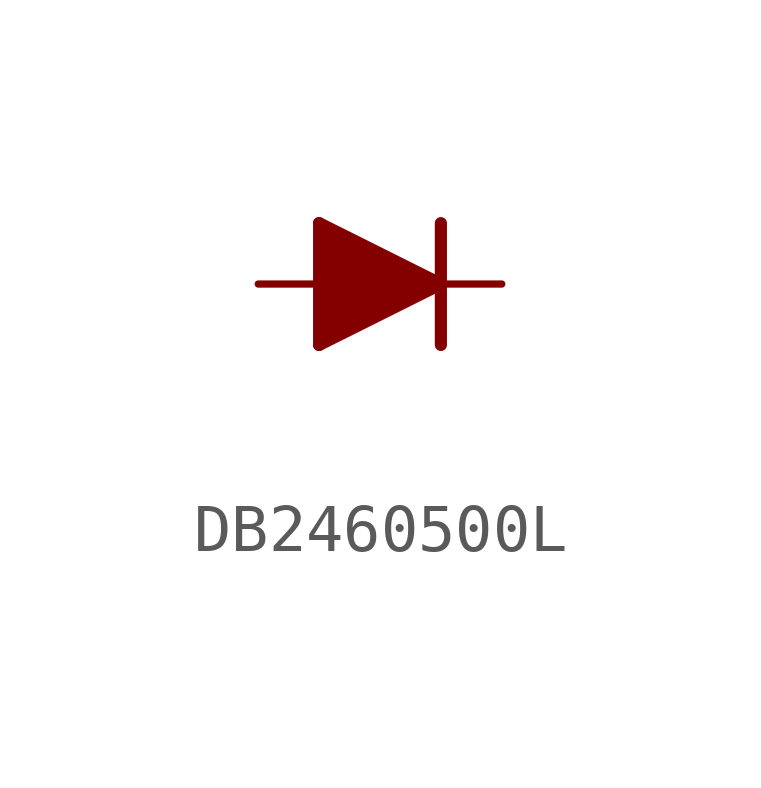
<source format=kicad_sym>
(kicad_symbol_lib
  (version 20220914)
  (generator kicad_symbol_editor)
  (symbol "DB2460500L"
    (property "Reference" ""
      (at -2.54 1.778 0)
      (effects (font (size 1.778 1.511)) (justify left bottom) hide))
    (property "Value" ""
      (at -2.54 -3.683 0)
      (effects (font (size 1.778 1.511)) (justify left bottom)))
    (property "ki_locked" ""
      (at 0 0 0)
      (effects (font (size 1.27 1.27))))
    (symbol "DB2460500L_1_0"
      (polyline (pts (xy -1.27 -1.27) (xy 1.27 0)) (stroke (width 0.254) (type solid)) (fill (type none)))
      (polyline (pts (xy -1.27 1.27) (xy -1.27 -1.27)) (stroke (width 0.254) (type solid)) (fill (type none)))
      (polyline (pts (xy -1.016 -0.889) (xy 0.254 -0.127)) (stroke (width 0.61) (type solid)) (fill (type none)))
      (polyline (pts (xy -1.016 0.889) (xy -1.016 -0.889)) (stroke (width 0.61) (type solid)) (fill (type none)))
      (polyline (pts (xy -0.635 0.254) (xy -0.635 -0.254)) (stroke (width 0.61) (type solid)) (fill (type none)))
      (polyline (pts (xy 0.254 -0.127) (xy -0.635 0.254)) (stroke (width 0.61) (type solid)) (fill (type none)))
      (polyline (pts (xy 0.635 0) (xy -1.016 0.889)) (stroke (width 0.61) (type solid)) (fill (type none)))
      (polyline (pts (xy 1.27 0) (xy -1.27 1.27)) (stroke (width 0.254) (type solid)) (fill (type none)))
      (polyline (pts (xy 1.27 0) (xy 1.27 -1.27)) (stroke (width 0.254) (type solid)) (fill (type none)))
      (polyline (pts (xy 1.27 1.27) (xy 1.27 0)) (stroke (width 0.254) (type solid)) (fill (type none)))
      (pin passive line (at -2.54 0 0) (length 2.54) (name "A" (effects (font (size 0 0)))) (number "A" (effects (font (size 0 0)))))
      (pin passive line (at 2.54 0 180) (length 2.54) (name "C" (effects (font (size 0 0)))) (number "C" (effects (font (size 0 0))))))))
</source>
